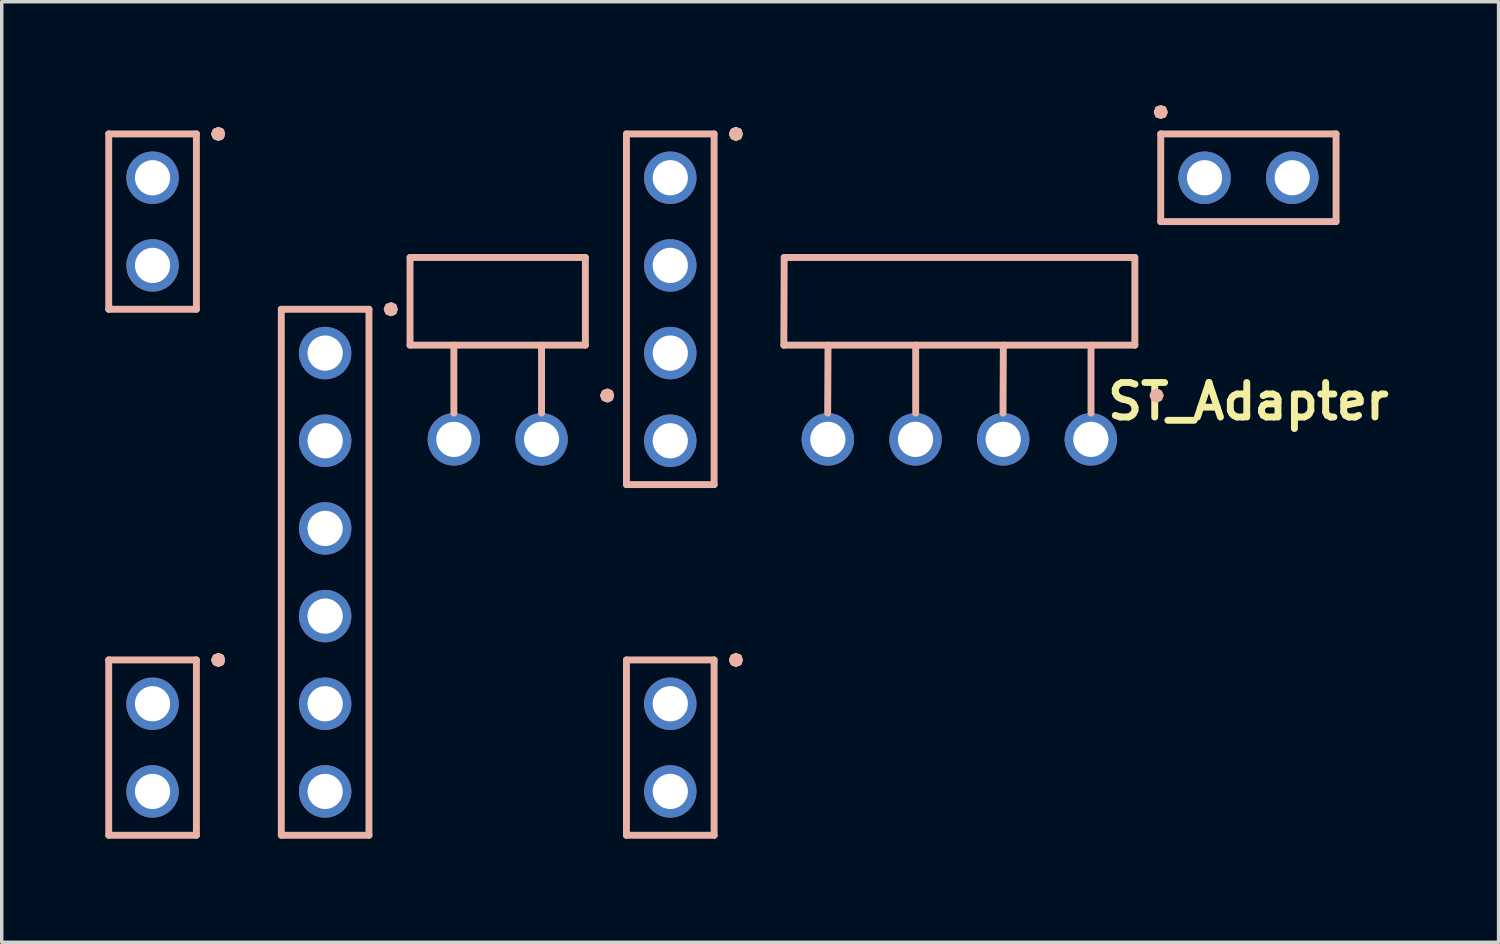
<source format=kicad_pcb>
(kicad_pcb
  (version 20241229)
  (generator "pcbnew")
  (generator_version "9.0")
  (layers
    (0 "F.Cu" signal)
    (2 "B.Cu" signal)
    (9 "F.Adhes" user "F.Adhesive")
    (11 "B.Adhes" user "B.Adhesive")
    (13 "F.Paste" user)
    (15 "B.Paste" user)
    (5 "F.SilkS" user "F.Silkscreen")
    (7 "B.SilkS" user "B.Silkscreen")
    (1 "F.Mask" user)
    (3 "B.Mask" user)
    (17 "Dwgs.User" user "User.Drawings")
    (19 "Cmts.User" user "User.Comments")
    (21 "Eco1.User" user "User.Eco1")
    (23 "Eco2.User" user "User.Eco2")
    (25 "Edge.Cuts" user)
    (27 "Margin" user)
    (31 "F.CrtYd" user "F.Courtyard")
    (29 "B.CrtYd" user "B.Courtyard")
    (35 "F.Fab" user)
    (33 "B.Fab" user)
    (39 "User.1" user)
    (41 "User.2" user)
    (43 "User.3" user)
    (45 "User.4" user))
  (footprint "ST_Adapter"
    (layer "F.Cu")
    (at 33.12 10.58)
    (property "Reference" "ST_Adapter" (at 0 -2 0) (layer "F.SilkS") (effects (font (size 1 1) (thickness 0.2))))
    (attr through_hole)
    (fp_line (start -33.02 -9.75) (end -30.48 -9.75) (stroke (width 0.2) (type solid)) (layer "B.SilkS"))
    (fp_line (start -33.02 -4.67) (end -33.02 -9.75) (stroke (width 0.2) (type solid)) (layer "B.SilkS"))
    (fp_line (start -33.02 5.49) (end -30.48 5.49) (stroke (width 0.2) (type solid)) (layer "B.SilkS"))
    (fp_line (start -33.02 10.57) (end -33.02 5.49) (stroke (width 0.2) (type solid)) (layer "B.SilkS"))
    (fp_line (start -30.48 -9.75) (end -30.48 -4.67) (stroke (width 0.2) (type solid)) (layer "B.SilkS"))
    (fp_line (start -30.48 -4.67) (end -33.02 -4.67) (stroke (width 0.2) (type solid)) (layer "B.SilkS"))
    (fp_line (start -30.48 5.49) (end -30.48 10.57) (stroke (width 0.2) (type solid)) (layer "B.SilkS"))
    (fp_line (start -30.48 10.57) (end -33.02 10.57) (stroke (width 0.2) (type solid)) (layer "B.SilkS"))
    (fp_line (start -29.95 -9.75) (end -29.92 -9.68) (stroke (width 0.2) (type solid)) (layer "B.SilkS"))
    (fp_line (start -29.95 5.49) (end -29.92 5.56) (stroke (width 0.2) (type solid)) (layer "B.SilkS"))
    (fp_line (start -29.92 -9.82) (end -29.95 -9.75) (stroke (width 0.2) (type solid)) (layer "B.SilkS"))
    (fp_line (start -29.92 -9.68) (end -29.84 -9.65) (stroke (width 0.2) (type solid)) (layer "B.SilkS"))
    (fp_line (start -29.92 5.42) (end -29.95 5.49) (stroke (width 0.2) (type solid)) (layer "B.SilkS"))
    (fp_line (start -29.92 5.56) (end -29.84 5.59) (stroke (width 0.2) (type solid)) (layer "B.SilkS"))
    (fp_line (start -29.84 -9.85) (end -29.92 -9.82) (stroke (width 0.2) (type solid)) (layer "B.SilkS"))
    (fp_line (start -29.84 -9.65) (end -29.77 -9.68) (stroke (width 0.2) (type solid)) (layer "B.SilkS"))
    (fp_line (start -29.84 5.39) (end -29.92 5.42) (stroke (width 0.2) (type solid)) (layer "B.SilkS"))
    (fp_line (start -29.84 5.59) (end -29.77 5.56) (stroke (width 0.2) (type solid)) (layer "B.SilkS"))
    (fp_line (start -29.77 -9.82) (end -29.84 -9.85) (stroke (width 0.2) (type solid)) (layer "B.SilkS"))
    (fp_line (start -29.77 -9.68) (end -29.75 -9.75) (stroke (width 0.2) (type solid)) (layer "B.SilkS"))
    (fp_line (start -29.77 5.42) (end -29.84 5.39) (stroke (width 0.2) (type solid)) (layer "B.SilkS"))
    (fp_line (start -29.77 5.56) (end -29.75 5.49) (stroke (width 0.2) (type solid)) (layer "B.SilkS"))
    (fp_line (start -29.75 -9.75) (end -29.77 -9.82) (stroke (width 0.2) (type solid)) (layer "B.SilkS"))
    (fp_line (start -29.75 5.49) (end -29.77 5.42) (stroke (width 0.2) (type solid)) (layer "B.SilkS"))
    (fp_line (start -28.02 -4.67) (end -25.48 -4.67) (stroke (width 0.2) (type solid)) (layer "B.SilkS"))
    (fp_line (start -28.02 10.57) (end -28.02 -4.67) (stroke (width 0.2) (type solid)) (layer "B.SilkS"))
    (fp_line (start -25.48 -4.67) (end -25.48 10.57) (stroke (width 0.2) (type solid)) (layer "B.SilkS"))
    (fp_line (start -25.48 10.57) (end -28.02 10.57) (stroke (width 0.2) (type solid)) (layer "B.SilkS"))
    (fp_line (start -24.95 -4.67) (end -24.92 -4.6) (stroke (width 0.2) (type solid)) (layer "B.SilkS"))
    (fp_line (start -24.92 -4.74) (end -24.95 -4.67) (stroke (width 0.2) (type solid)) (layer "B.SilkS"))
    (fp_line (start -24.92 -4.6) (end -24.84 -4.57) (stroke (width 0.2) (type solid)) (layer "B.SilkS"))
    (fp_line (start -24.84 -4.77) (end -24.92 -4.74) (stroke (width 0.2) (type solid)) (layer "B.SilkS"))
    (fp_line (start -24.84 -4.57) (end -24.77 -4.6) (stroke (width 0.2) (type solid)) (layer "B.SilkS"))
    (fp_line (start -24.77 -4.74) (end -24.84 -4.77) (stroke (width 0.2) (type solid)) (layer "B.SilkS"))
    (fp_line (start -24.77 -4.6) (end -24.75 -4.67) (stroke (width 0.2) (type solid)) (layer "B.SilkS"))
    (fp_line (start -24.75 -4.67) (end -24.77 -4.74) (stroke (width 0.2) (type solid)) (layer "B.SilkS"))
    (fp_line (start -24.29 -6.17) (end -19.21 -6.17) (stroke (width 0.2) (type solid)) (layer "B.SilkS"))
    (fp_line (start -24.29 -3.63) (end -24.29 -6.17) (stroke (width 0.2) (type solid)) (layer "B.SilkS"))
    (fp_line (start -23.02 -1.66) (end -23.02 -3.63) (stroke (width 0.2) (type solid)) (layer "B.SilkS"))
    (fp_line (start -20.48 -1.66) (end -20.48 -3.63) (stroke (width 0.2) (type solid)) (layer "B.SilkS"))
    (fp_line (start -19.21 -6.17) (end -19.21 -3.63) (stroke (width 0.2) (type solid)) (layer "B.SilkS"))
    (fp_line (start -19.21 -3.63) (end -24.29 -3.63) (stroke (width 0.2) (type solid)) (layer "B.SilkS"))
    (fp_line (start -18.68 -2.17) (end -18.65 -2.1) (stroke (width 0.2) (type solid)) (layer "B.SilkS"))
    (fp_line (start -18.65 -2.24) (end -18.68 -2.17) (stroke (width 0.2) (type solid)) (layer "B.SilkS"))
    (fp_line (start -18.65 -2.1) (end -18.57 -2.07) (stroke (width 0.2) (type solid)) (layer "B.SilkS"))
    (fp_line (start -18.57 -2.27) (end -18.65 -2.24) (stroke (width 0.2) (type solid)) (layer "B.SilkS"))
    (fp_line (start -18.57 -2.07) (end -18.5 -2.1) (stroke (width 0.2) (type solid)) (layer "B.SilkS"))
    (fp_line (start -18.5 -2.24) (end -18.57 -2.27) (stroke (width 0.2) (type solid)) (layer "B.SilkS"))
    (fp_line (start -18.5 -2.1) (end -18.48 -2.17) (stroke (width 0.2) (type solid)) (layer "B.SilkS"))
    (fp_line (start -18.48 -2.17) (end -18.5 -2.24) (stroke (width 0.2) (type solid)) (layer "B.SilkS"))
    (fp_line (start -18.02 -9.75) (end -15.48 -9.75) (stroke (width 0.2) (type solid)) (layer "B.SilkS"))
    (fp_line (start -18.02 0.41) (end -18.02 -9.75) (stroke (width 0.2) (type solid)) (layer "B.SilkS"))
    (fp_line (start -18.02 5.49) (end -15.48 5.49) (stroke (width 0.2) (type solid)) (layer "B.SilkS"))
    (fp_line (start -18.02 10.57) (end -18.02 5.49) (stroke (width 0.2) (type solid)) (layer "B.SilkS"))
    (fp_line (start -15.48 -9.75) (end -15.48 0.41) (stroke (width 0.2) (type solid)) (layer "B.SilkS"))
    (fp_line (start -15.48 0.41) (end -18.02 0.41) (stroke (width 0.2) (type solid)) (layer "B.SilkS"))
    (fp_line (start -15.48 5.49) (end -15.48 10.57) (stroke (width 0.2) (type solid)) (layer "B.SilkS"))
    (fp_line (start -15.48 10.57) (end -18.02 10.57) (stroke (width 0.2) (type solid)) (layer "B.SilkS"))
    (fp_line (start -14.95 -9.75) (end -14.92 -9.68) (stroke (width 0.2) (type solid)) (layer "B.SilkS"))
    (fp_line (start -14.95 5.49) (end -14.92 5.56) (stroke (width 0.2) (type solid)) (layer "B.SilkS"))
    (fp_line (start -14.92 -9.82) (end -14.95 -9.75) (stroke (width 0.2) (type solid)) (layer "B.SilkS"))
    (fp_line (start -14.92 -9.68) (end -14.85 -9.65) (stroke (width 0.2) (type solid)) (layer "B.SilkS"))
    (fp_line (start -14.92 5.42) (end -14.95 5.49) (stroke (width 0.2) (type solid)) (layer "B.SilkS"))
    (fp_line (start -14.92 5.56) (end -14.85 5.59) (stroke (width 0.2) (type solid)) (layer "B.SilkS"))
    (fp_line (start -14.85 -9.85) (end -14.92 -9.82) (stroke (width 0.2) (type solid)) (layer "B.SilkS"))
    (fp_line (start -14.85 -9.65) (end -14.77 -9.68) (stroke (width 0.2) (type solid)) (layer "B.SilkS"))
    (fp_line (start -14.85 5.39) (end -14.92 5.42) (stroke (width 0.2) (type solid)) (layer "B.SilkS"))
    (fp_line (start -14.85 5.59) (end -14.77 5.56) (stroke (width 0.2) (type solid)) (layer "B.SilkS"))
    (fp_line (start -14.77 -9.82) (end -14.85 -9.85) (stroke (width 0.2) (type solid)) (layer "B.SilkS"))
    (fp_line (start -14.77 -9.68) (end -14.75 -9.75) (stroke (width 0.2) (type solid)) (layer "B.SilkS"))
    (fp_line (start -14.77 5.42) (end -14.85 5.39) (stroke (width 0.2) (type solid)) (layer "B.SilkS"))
    (fp_line (start -14.77 5.56) (end -14.75 5.49) (stroke (width 0.2) (type solid)) (layer "B.SilkS"))
    (fp_line (start -14.75 -9.75) (end -14.77 -9.82) (stroke (width 0.2) (type solid)) (layer "B.SilkS"))
    (fp_line (start -14.75 5.49) (end -14.77 5.42) (stroke (width 0.2) (type solid)) (layer "B.SilkS"))
    (fp_line (start -13.46 -3.63) (end -13.45 -6.17) (stroke (width 0.2) (type solid)) (layer "B.SilkS"))
    (fp_line (start -13.45 -6.17) (end -3.29 -6.17) (stroke (width 0.2) (type solid)) (layer "B.SilkS"))
    (fp_line (start -12.19 -1.66) (end -12.18 -3.63) (stroke (width 0.2) (type solid)) (layer "B.SilkS"))
    (fp_line (start -9.64 -1.66) (end -9.64 -3.63) (stroke (width 0.2) (type solid)) (layer "B.SilkS"))
    (fp_line (start -7.11 -1.66) (end -7.1 -3.63) (stroke (width 0.2) (type solid)) (layer "B.SilkS"))
    (fp_line (start -4.56 -1.66) (end -4.56 -3.63) (stroke (width 0.2) (type solid)) (layer "B.SilkS"))
    (fp_line (start -3.29 -6.17) (end -3.29 -3.63) (stroke (width 0.2) (type solid)) (layer "B.SilkS"))
    (fp_line (start -3.29 -3.63) (end -13.46 -3.63) (stroke (width 0.2) (type solid)) (layer "B.SilkS"))
    (fp_line (start -2.76 -2.17) (end -2.73 -2.1) (stroke (width 0.2) (type solid)) (layer "B.SilkS"))
    (fp_line (start -2.73 -2.24) (end -2.76 -2.17) (stroke (width 0.2) (type solid)) (layer "B.SilkS"))
    (fp_line (start -2.73 -2.1) (end -2.66 -2.07) (stroke (width 0.2) (type solid)) (layer "B.SilkS"))
    (fp_line (start -2.66 -2.27) (end -2.73 -2.24) (stroke (width 0.2) (type solid)) (layer "B.SilkS"))
    (fp_line (start -2.66 -2.07) (end -2.59 -2.1) (stroke (width 0.2) (type solid)) (layer "B.SilkS"))
    (fp_line (start -2.64 -10.38) (end -2.61 -10.31) (stroke (width 0.2) (type solid)) (layer "B.SilkS"))
    (fp_line (start -2.61 -10.46) (end -2.64 -10.38) (stroke (width 0.2) (type solid)) (layer "B.SilkS"))
    (fp_line (start -2.61 -10.31) (end -2.54 -10.29) (stroke (width 0.2) (type solid)) (layer "B.SilkS"))
    (fp_line (start -2.59 -2.24) (end -2.66 -2.27) (stroke (width 0.2) (type solid)) (layer "B.SilkS"))
    (fp_line (start -2.59 -2.1) (end -2.56 -2.17) (stroke (width 0.2) (type solid)) (layer "B.SilkS"))
    (fp_line (start -2.56 -2.17) (end -2.59 -2.24) (stroke (width 0.2) (type solid)) (layer "B.SilkS"))
    (fp_line (start -2.54 -10.48) (end -2.61 -10.46) (stroke (width 0.2) (type solid)) (layer "B.SilkS"))
    (fp_line (start -2.54 -10.29) (end -2.47 -10.31) (stroke (width 0.2) (type solid)) (layer "B.SilkS"))
    (fp_line (start -2.54 -9.75) (end 2.54 -9.75) (stroke (width 0.2) (type solid)) (layer "B.SilkS"))
    (fp_line (start -2.54 -7.21) (end -2.54 -9.75) (stroke (width 0.2) (type solid)) (layer "B.SilkS"))
    (fp_line (start -2.47 -10.46) (end -2.54 -10.48) (stroke (width 0.2) (type solid)) (layer "B.SilkS"))
    (fp_line (start -2.47 -10.31) (end -2.44 -10.38) (stroke (width 0.2) (type solid)) (layer "B.SilkS"))
    (fp_line (start -2.44 -10.38) (end -2.47 -10.46) (stroke (width 0.2) (type solid)) (layer "B.SilkS"))
    (fp_line (start 2.54 -9.75) (end 2.54 -7.21) (stroke (width 0.2) (type solid)) (layer "B.SilkS"))
    (fp_line (start 2.54 -7.21) (end -2.54 -7.21) (stroke (width 0.2) (type solid)) (layer "B.SilkS"))
    (pad "1" thru_hole circle (at -20.48 -0.9) (size 1.52 1.52) (drill 1.02) (layers "*.Cu" "*.Mask"))
    (pad "2" thru_hole circle (at -23.02 -0.9) (size 1.52 1.52) (drill 1.02) (layers "*.Cu" "*.Mask"))
    (pad "5" thru_hole circle (at -4.565 -0.9) (size 1.52 1.52) (drill 1.02) (layers "*.Cu" "*.Mask"))
    (pad "6" thru_hole circle (at -7.105 -0.9) (size 1.52 1.52) (drill 1.02) (layers "*.Cu" "*.Mask"))
    (pad "7" thru_hole circle (at -9.645 -0.9) (size 1.52 1.52) (drill 1.02) (layers "*.Cu" "*.Mask"))
    (pad "8" thru_hole circle (at -12.185 -0.9) (size 1.52 1.52) (drill 1.02) (layers "*.Cu" "*.Mask"))
    (pad "21" thru_hole circle (at -31.75 -8.48) (size 1.52 1.52) (drill 1.02) (layers "*.Cu" "*.Mask"))
    (pad "22" thru_hole circle (at -31.75 -5.94) (size 1.52 1.52) (drill 1.02) (layers "*.Cu" "*.Mask"))
    (pad "41" thru_hole circle (at -16.75 -8.48) (size 1.52 1.52) (drill 1.02) (layers "*.Cu" "*.Mask"))
    (pad "42" thru_hole circle (at -16.75 -5.94) (size 1.52 1.52) (drill 1.02) (layers "*.Cu" "*.Mask"))
    (pad "43" thru_hole circle (at -16.75 -3.4) (size 1.52 1.52) (drill 1.02) (layers "*.Cu" "*.Mask"))
    (pad "44" thru_hole circle (at -16.75 -0.86) (size 1.52 1.52) (drill 1.02) (layers "*.Cu" "*.Mask"))
    (pad "51" thru_hole circle (at -16.75 6.76) (size 1.52 1.52) (drill 1.02) (layers "*.Cu" "*.Mask"))
    (pad "52" thru_hole circle (at -16.75 9.3) (size 1.52 1.52) (drill 1.02) (layers "*.Cu" "*.Mask"))
    (pad "61" thru_hole circle (at -26.75 -3.4) (size 1.52 1.52) (drill 1.02) (layers "*.Cu" "*.Mask"))
    (pad "62" thru_hole circle (at -26.75 -0.86) (size 1.52 1.52) (drill 1.02) (layers "*.Cu" "*.Mask"))
    (pad "63" thru_hole circle (at -26.75 1.68) (size 1.52 1.52) (drill 1.02) (layers "*.Cu" "*.Mask"))
    (pad "64" thru_hole circle (at -26.75 4.22) (size 1.52 1.52) (drill 1.02) (layers "*.Cu" "*.Mask"))
    (pad "65" thru_hole circle (at -26.75 6.76) (size 1.52 1.52) (drill 1.02) (layers "*.Cu" "*.Mask"))
    (pad "66" thru_hole circle (at -26.75 9.3) (size 1.52 1.52) (drill 1.02) (layers "*.Cu" "*.Mask"))
    (pad "101" thru_hole circle (at -1.27 -8.48) (size 1.52 1.52) (drill 1.02) (layers "*.Cu" "*.Mask"))
    (pad "102" thru_hole circle (at 1.27 -8.48) (size 1.52 1.52) (drill 1.02) (layers "*.Cu" "*.Mask"))
    (pad "201" thru_hole circle (at -31.75 6.76) (size 1.52 1.52) (drill 1.02) (layers "*.Cu" "*.Mask"))
    (pad "202" thru_hole circle (at -31.75 9.3) (size 1.52 1.52) (drill 1.02) (layers "*.Cu" "*.Mask")))
  (gr_rect
    (start -3 -3)
    (end 40.368 24.25)
    (stroke (width 0.1) (type default))
    (fill no)
    (layer "Edge.Cuts")))
</source>
